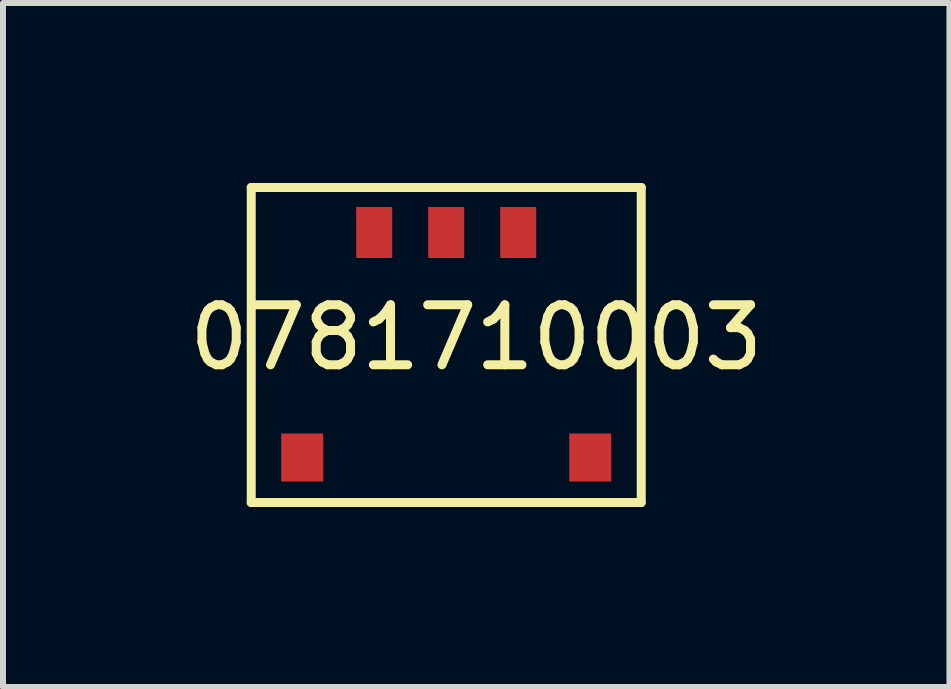
<source format=kicad_pcb>
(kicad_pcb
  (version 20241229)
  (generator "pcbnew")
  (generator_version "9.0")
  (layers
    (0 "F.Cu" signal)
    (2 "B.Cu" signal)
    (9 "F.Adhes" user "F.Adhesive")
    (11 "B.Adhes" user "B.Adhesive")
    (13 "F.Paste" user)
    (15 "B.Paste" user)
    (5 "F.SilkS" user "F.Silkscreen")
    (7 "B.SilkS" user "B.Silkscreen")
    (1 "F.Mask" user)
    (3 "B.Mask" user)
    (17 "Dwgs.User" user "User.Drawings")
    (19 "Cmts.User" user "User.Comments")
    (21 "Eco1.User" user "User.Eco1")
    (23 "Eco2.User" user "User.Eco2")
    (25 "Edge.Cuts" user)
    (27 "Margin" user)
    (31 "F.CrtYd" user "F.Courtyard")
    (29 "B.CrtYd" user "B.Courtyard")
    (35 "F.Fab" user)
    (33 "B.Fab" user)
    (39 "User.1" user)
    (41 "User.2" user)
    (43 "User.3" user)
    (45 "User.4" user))
  (footprint "0781710003"
    (layer "F.Cu")
    (at 4.387 0.825)
    (property "Reference" "0781710003" (at 0.5 1.75 0) (layer "F.SilkS") (effects (font (size 1 1) (thickness 0.15))))
    (attr through_hole)
    (fp_line (start -3.25 -0.75) (end 3 -0.75) (stroke (width 0.15) (type solid)) (layer "F.SilkS"))
    (fp_line (start -3.25 4.5) (end -3.25 -0.75) (stroke (width 0.15) (type solid)) (layer "F.SilkS"))
    (fp_line (start 3 -0.75) (end 3.25 -0.75) (stroke (width 0.15) (type solid)) (layer "F.SilkS"))
    (fp_line (start 3.25 -0.75) (end 3.25 4.5) (stroke (width 0.15) (type solid)) (layer "F.SilkS"))
    (fp_line (start 3.25 4.5) (end -3.25 4.5) (stroke (width 0.15) (type solid)) (layer "F.SilkS"))
    (pad "0" smd rect (at -2.4 3.75) (size 0.7 0.8) (layers "F.Cu" "F.Mask" "F.Paste"))
    (pad "0" smd rect (at 2.4 3.75) (size 0.7 0.8) (layers "F.Cu" "F.Mask" "F.Paste"))
    (pad "1" smd rect (at -1.2 0) (size 0.6 0.85) (layers "F.Cu" "F.Mask" "F.Paste"))
    (pad "2" smd rect (at 0 0) (size 0.6 0.85) (layers "F.Cu" "F.Mask" "F.Paste"))
    (pad "3" smd rect (at 1.2 0) (size 0.6 0.85) (layers "F.Cu" "F.Mask" "F.Paste")))
  (gr_rect
    (start -3 -3)
    (end 12.774 8.4)
    (stroke (width 0.1) (type default))
    (fill no)
    (layer "Edge.Cuts")))
</source>
